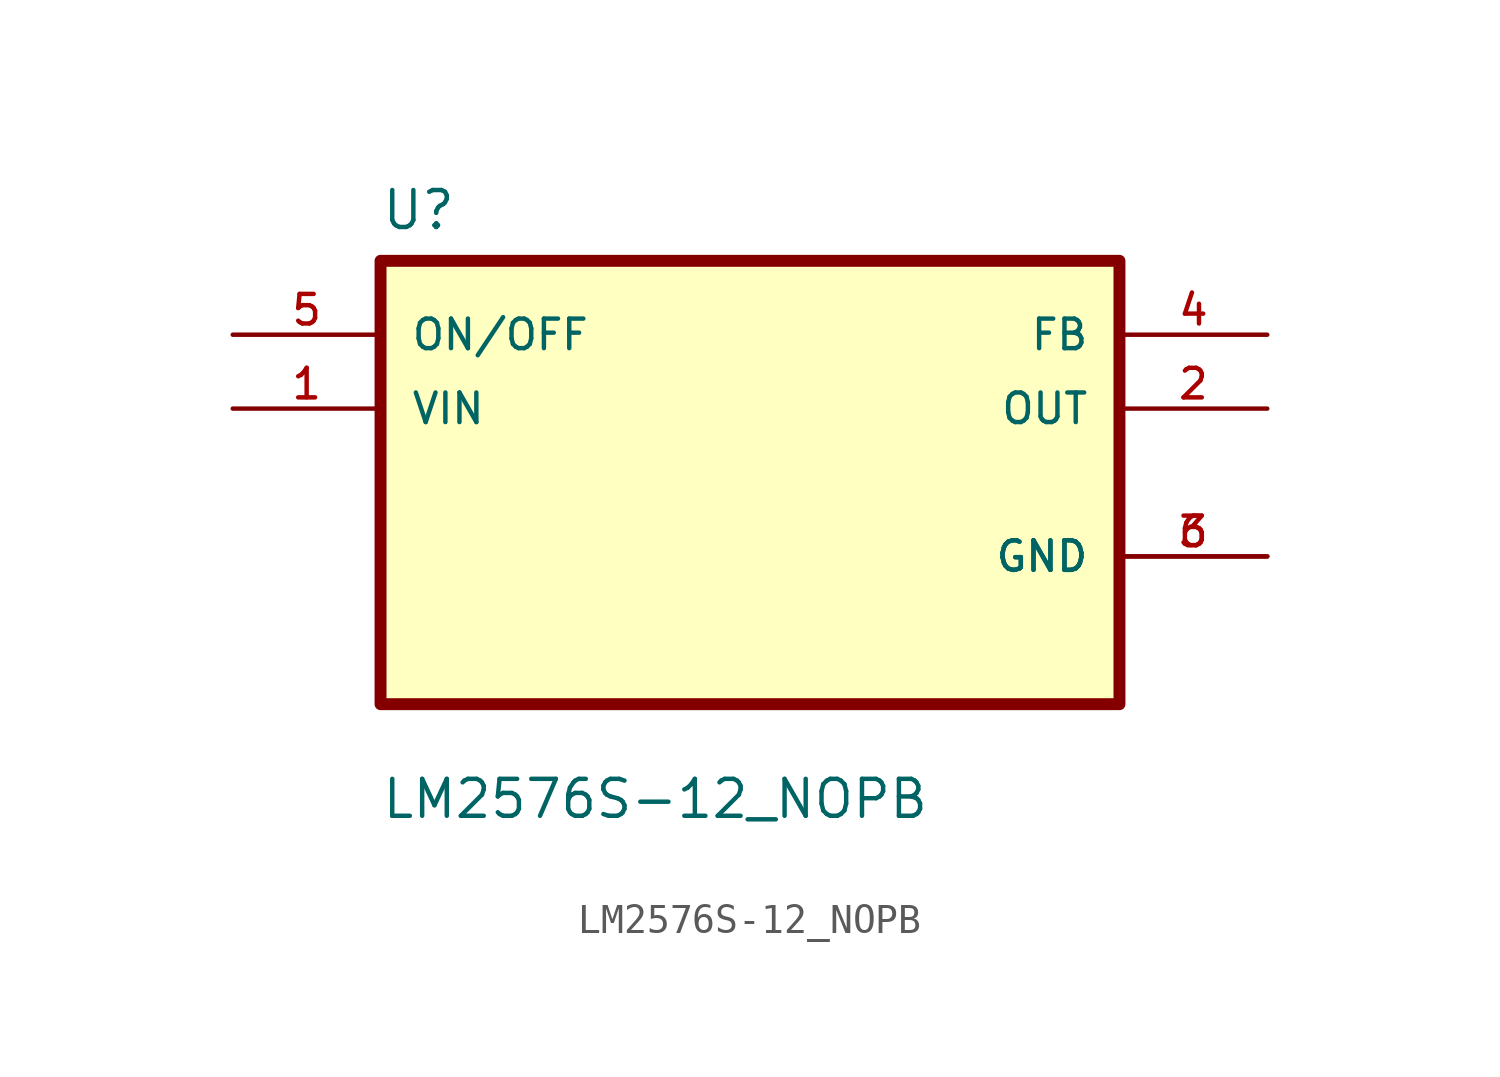
<source format=kicad_sym>
(kicad_symbol_lib
  (version 20211014)
  (generator kicad_symbol_editor)
  (symbol "LM2576S-12_NOPB"
    (pin_names
      (offset 1.016))
    (property "Reference" "U"
      (at -12.7 8.62 0.0)
      (effects (font (size 1.27 1.27)) (justify bottom left)))
    (property "Value" "LM2576S-12_NOPB"
      (at -12.7 -11.62 0.0)
      (effects (font (size 1.27 1.27)) (justify bottom left)))
    (symbol "LM2576S-12_NOPB_0_0"
      (rectangle (start -12.7 -7.62) (end 12.7 7.62) (stroke (width 0.41)) (fill (type background)))
      (pin input line (at -17.78 5.08 0) (length 5.08) (name "ON/OFF" (effects (font (size 1.016 1.016)))) (number "5" (effects (font (size 1.016 1.016)))))
      (pin input line (at -17.78 2.54 0) (length 5.08) (name "VIN" (effects (font (size 1.016 1.016)))) (number "1" (effects (font (size 1.016 1.016)))))
      (pin output line (at 17.78 5.08 180.0) (length 5.08) (name "FB" (effects (font (size 1.016 1.016)))) (number "4" (effects (font (size 1.016 1.016)))))
      (pin output line (at 17.78 2.54 180.0) (length 5.08) (name "OUT" (effects (font (size 1.016 1.016)))) (number "2" (effects (font (size 1.016 1.016)))))
      (pin power_in line (at 17.78 -2.54 180.0) (length 5.08) (name "GND" (effects (font (size 1.016 1.016)))) (number "3" (effects (font (size 1.016 1.016)))))
      (pin power_in line (at 17.78 -2.54 180.0) (length 5.08) (name "GND" (effects (font (size 1.016 1.016)))) (number "6" (effects (font (size 1.016 1.016))))))))
</source>
